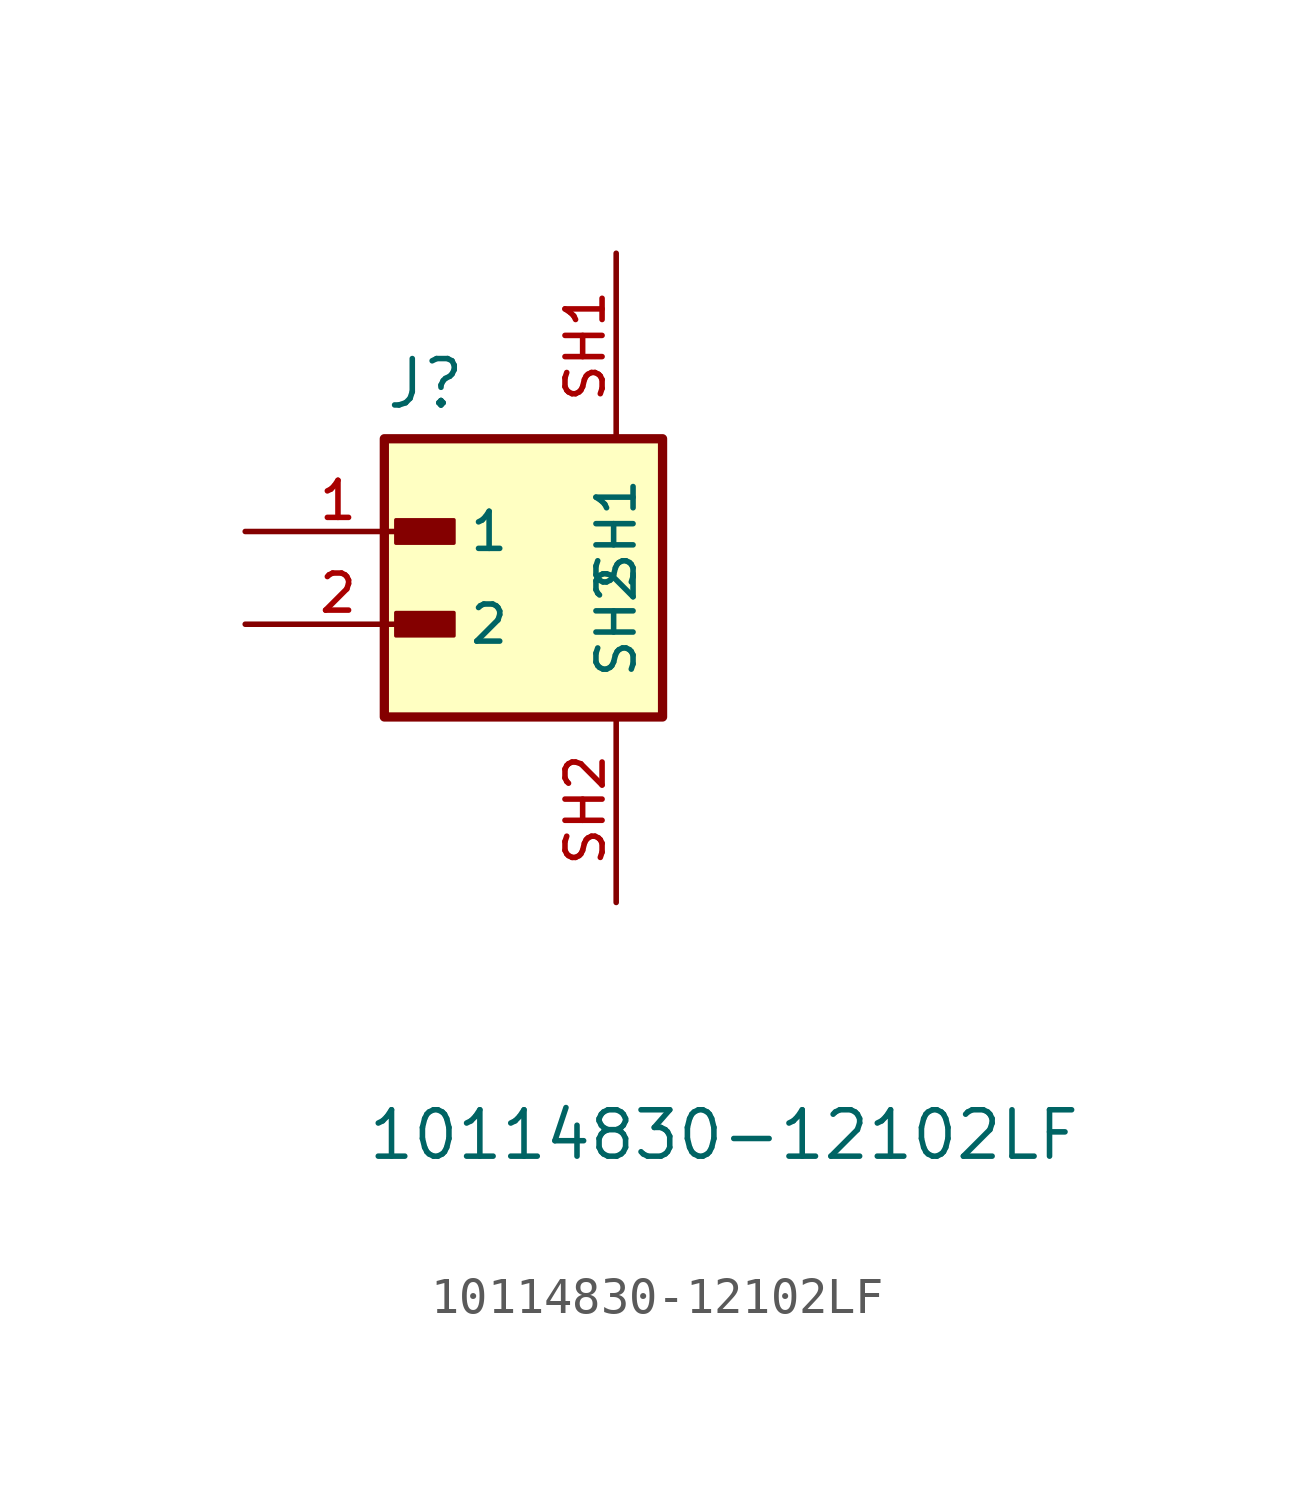
<source format=kicad_sym>
(kicad_symbol_lib
  (version 20241209)
  (generator "kicad_symbol_editor")
  (generator_version "9.0")
  (symbol "10114830-12102LF"
    (pin_names
      (offset 1.016))
    (property "Reference" "J"
      (at -3.81 3.302 0)
      (effects (font (size 1.27 1.27)) (justify left bottom)))
    (property "Value" "10114830-12102LF"
      (at -4.318 -17.272 0)
      (effects (font (size 1.27 1.27)) (justify left bottom)))
    (symbol "10114830-12102LF_0_0"
      (rectangle (start -3.81 2.54) (end 3.81 -5.08) (stroke (width 0.254) (type default)) (fill (type background)))
      (rectangle (start -3.493 -0.318) (end -1.905 0.318) (stroke (width 0.1) (type default)) (fill (type outline)))
      (rectangle (start -3.493 -2.857) (end -1.905 -2.223) (stroke (width 0.1) (type default)) (fill (type outline)))
      (pin passive line (at -7.62 0 0) (length 5.08) (name "1" (effects (font (size 1.016 1.016)))) (number "1" (effects (font (size 1.016 1.016)))))
      (pin passive line (at -7.62 -2.54 0) (length 5.08) (name "2" (effects (font (size 1.016 1.016)))) (number "2" (effects (font (size 1.016 1.016))))))
    (symbol "10114830-12102LF_1_0"
      (pin passive line (at 2.54 7.62 270) (length 5.08) (name "SH1" (effects (font (size 1.016 1.016)))) (number "SH1" (effects (font (size 1.016 1.016)))))
      (pin passive line (at 2.54 -10.16 90) (length 5.08) (name "SH2" (effects (font (size 1.016 1.016)))) (number "SH2" (effects (font (size 1.016 1.016))))))))
</source>
